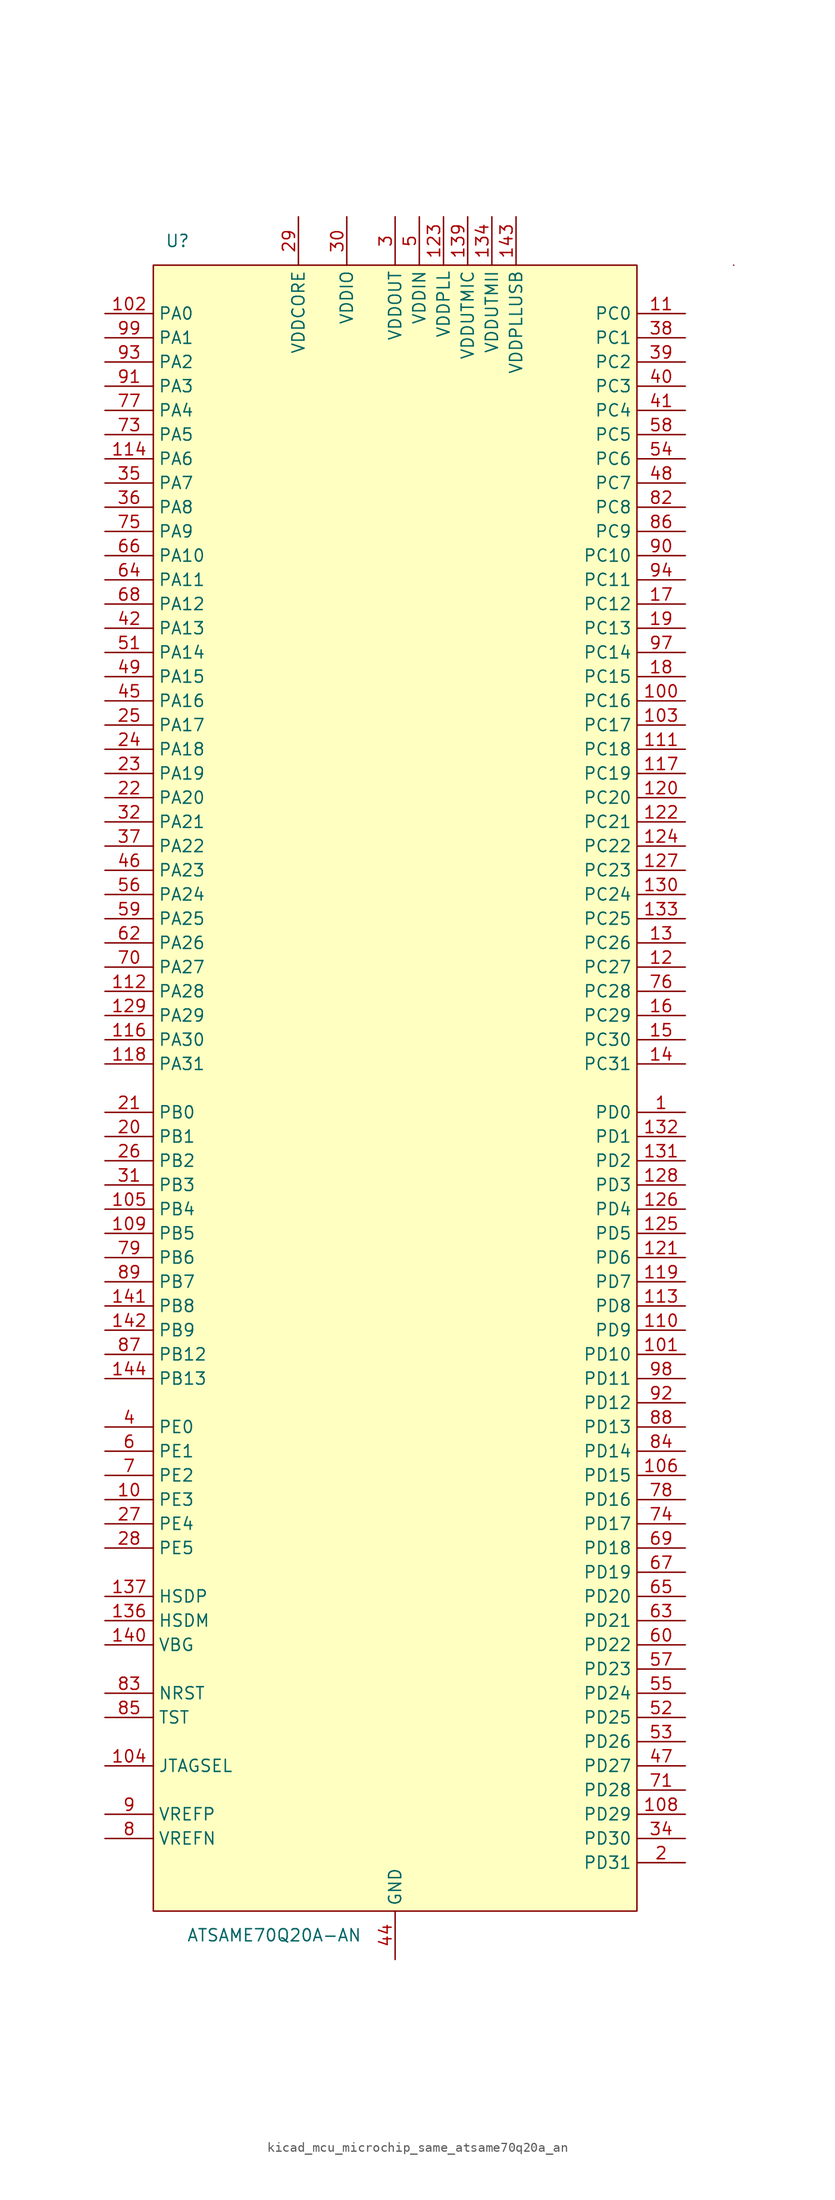
<source format=kicad_sym>
(kicad_symbol_lib
  (version 20220914)
  (generator kicad_symbol_editor)
  (symbol "kicad_mcu_microchip_same_atsame70q20a_an"
    (property "Reference" "U"
      (at -22.86 88.9 0)
      (effects (font (size 1.27 1.27))))
    (property "Value" "ATSAME70Q20A-AN"
      (at -12.7 -88.9 0)
      (effects (font (size 1.27 1.27))))
    (symbol "kicad_mcu_microchip_same_atsame70q20a_an_0_1"
      (rectangle (start 25.4 86.36) (end -25.4 -86.36) (stroke (width 0) (type default)) (fill (type background)))
      (rectangle (start 35.56 86.36) (end 35.56 86.36) (stroke (width 0) (type default)) (fill (type none))))
    (symbol "kicad_mcu_microchip_same_atsame70q20a_an_1_1"
      (pin bidirectional line (at 30.48 -2.54 180) (length 5.08) (name "PD0" (effects (font (size 1.27 1.27)))) (number "1" (effects (font (size 1.27 1.27)))))
      (pin bidirectional line (at -30.48 -43.18 0) (length 5.08) (name "PE3" (effects (font (size 1.27 1.27)))) (number "10" (effects (font (size 1.27 1.27)))))
      (pin bidirectional line (at 30.48 40.64 180) (length 5.08) (name "PC16" (effects (font (size 1.27 1.27)))) (number "100" (effects (font (size 1.27 1.27)))))
      (pin bidirectional line (at 30.48 -27.94 180) (length 5.08) (name "PD10" (effects (font (size 1.27 1.27)))) (number "101" (effects (font (size 1.27 1.27)))))
      (pin bidirectional line (at -30.48 81.28 0) (length 5.08) (name "PA0" (effects (font (size 1.27 1.27)))) (number "102" (effects (font (size 1.27 1.27)))))
      (pin bidirectional line (at 30.48 38.1 180) (length 5.08) (name "PC17" (effects (font (size 1.27 1.27)))) (number "103" (effects (font (size 1.27 1.27)))))
      (pin input line (at -30.48 -71.12 0) (length 5.08) (name "JTAGSEL" (effects (font (size 1.27 1.27)))) (number "104" (effects (font (size 1.27 1.27)))))
      (pin bidirectional line (at -30.48 -12.7 0) (length 5.08) (name "PB4" (effects (font (size 1.27 1.27)))) (number "105" (effects (font (size 1.27 1.27)))))
      (pin bidirectional line (at 30.48 -40.64 180) (length 5.08) (name "PD15" (effects (font (size 1.27 1.27)))) (number "106" (effects (font (size 1.27 1.27)))))
      (pin passive line (at -10.16 91.44 270) (length 5.08) hide (name "VDDCORE" (effects (font (size 1.27 1.27)))) (number "107" (effects (font (size 1.27 1.27)))))
      (pin bidirectional line (at 30.48 -76.2 180) (length 5.08) (name "PD29" (effects (font (size 1.27 1.27)))) (number "108" (effects (font (size 1.27 1.27)))))
      (pin bidirectional line (at -30.48 -15.24 0) (length 5.08) (name "PB5" (effects (font (size 1.27 1.27)))) (number "109" (effects (font (size 1.27 1.27)))))
      (pin bidirectional line (at 30.48 81.28 180) (length 5.08) (name "PC0" (effects (font (size 1.27 1.27)))) (number "11" (effects (font (size 1.27 1.27)))))
      (pin bidirectional line (at 30.48 -25.4 180) (length 5.08) (name "PD9" (effects (font (size 1.27 1.27)))) (number "110" (effects (font (size 1.27 1.27)))))
      (pin bidirectional line (at 30.48 35.56 180) (length 5.08) (name "PC18" (effects (font (size 1.27 1.27)))) (number "111" (effects (font (size 1.27 1.27)))))
      (pin bidirectional line (at -30.48 10.16 0) (length 5.08) (name "PA28" (effects (font (size 1.27 1.27)))) (number "112" (effects (font (size 1.27 1.27)))))
      (pin bidirectional line (at 30.48 -22.86 180) (length 5.08) (name "PD8" (effects (font (size 1.27 1.27)))) (number "113" (effects (font (size 1.27 1.27)))))
      (pin bidirectional line (at -30.48 66.04 0) (length 5.08) (name "PA6" (effects (font (size 1.27 1.27)))) (number "114" (effects (font (size 1.27 1.27)))))
      (pin passive line (at 0 -91.44 90) (length 5.08) hide (name "GND" (effects (font (size 1.27 1.27)))) (number "115" (effects (font (size 1.27 1.27)))))
      (pin bidirectional line (at -30.48 5.08 0) (length 5.08) (name "PA30" (effects (font (size 1.27 1.27)))) (number "116" (effects (font (size 1.27 1.27)))))
      (pin bidirectional line (at 30.48 33.02 180) (length 5.08) (name "PC19" (effects (font (size 1.27 1.27)))) (number "117" (effects (font (size 1.27 1.27)))))
      (pin bidirectional line (at -30.48 2.54 0) (length 5.08) (name "PA31" (effects (font (size 1.27 1.27)))) (number "118" (effects (font (size 1.27 1.27)))))
      (pin bidirectional line (at 30.48 -20.32 180) (length 5.08) (name "PD7" (effects (font (size 1.27 1.27)))) (number "119" (effects (font (size 1.27 1.27)))))
      (pin bidirectional line (at 30.48 12.7 180) (length 5.08) (name "PC27" (effects (font (size 1.27 1.27)))) (number "12" (effects (font (size 1.27 1.27)))))
      (pin bidirectional line (at 30.48 30.48 180) (length 5.08) (name "PC20" (effects (font (size 1.27 1.27)))) (number "120" (effects (font (size 1.27 1.27)))))
      (pin bidirectional line (at 30.48 -17.78 180) (length 5.08) (name "PD6" (effects (font (size 1.27 1.27)))) (number "121" (effects (font (size 1.27 1.27)))))
      (pin bidirectional line (at 30.48 27.94 180) (length 5.08) (name "PC21" (effects (font (size 1.27 1.27)))) (number "122" (effects (font (size 1.27 1.27)))))
      (pin power_in line (at 5.08 91.44 270) (length 5.08) (name "VDDPLL" (effects (font (size 1.27 1.27)))) (number "123" (effects (font (size 1.27 1.27)))))
      (pin bidirectional line (at 30.48 25.4 180) (length 5.08) (name "PC22" (effects (font (size 1.27 1.27)))) (number "124" (effects (font (size 1.27 1.27)))))
      (pin bidirectional line (at 30.48 -15.24 180) (length 5.08) (name "PD5" (effects (font (size 1.27 1.27)))) (number "125" (effects (font (size 1.27 1.27)))))
      (pin bidirectional line (at 30.48 -12.7 180) (length 5.08) (name "PD4" (effects (font (size 1.27 1.27)))) (number "126" (effects (font (size 1.27 1.27)))))
      (pin bidirectional line (at 30.48 22.86 180) (length 5.08) (name "PC23" (effects (font (size 1.27 1.27)))) (number "127" (effects (font (size 1.27 1.27)))))
      (pin bidirectional line (at 30.48 -10.16 180) (length 5.08) (name "PD3" (effects (font (size 1.27 1.27)))) (number "128" (effects (font (size 1.27 1.27)))))
      (pin bidirectional line (at -30.48 7.62 0) (length 5.08) (name "PA29" (effects (font (size 1.27 1.27)))) (number "129" (effects (font (size 1.27 1.27)))))
      (pin bidirectional line (at 30.48 15.24 180) (length 5.08) (name "PC26" (effects (font (size 1.27 1.27)))) (number "13" (effects (font (size 1.27 1.27)))))
      (pin bidirectional line (at 30.48 20.32 180) (length 5.08) (name "PC24" (effects (font (size 1.27 1.27)))) (number "130" (effects (font (size 1.27 1.27)))))
      (pin bidirectional line (at 30.48 -7.62 180) (length 5.08) (name "PD2" (effects (font (size 1.27 1.27)))) (number "131" (effects (font (size 1.27 1.27)))))
      (pin bidirectional line (at 30.48 -5.08 180) (length 5.08) (name "PD1" (effects (font (size 1.27 1.27)))) (number "132" (effects (font (size 1.27 1.27)))))
      (pin bidirectional line (at 30.48 17.78 180) (length 5.08) (name "PC25" (effects (font (size 1.27 1.27)))) (number "133" (effects (font (size 1.27 1.27)))))
      (pin power_in line (at 10.16 91.44 270) (length 5.08) (name "VDDUTMII" (effects (font (size 1.27 1.27)))) (number "134" (effects (font (size 1.27 1.27)))))
      (pin passive line (at 0 -91.44 90) (length 5.08) hide (name "GND" (effects (font (size 1.27 1.27)))) (number "135" (effects (font (size 1.27 1.27)))))
      (pin bidirectional line (at -30.48 -55.88 0) (length 5.08) (name "HSDM" (effects (font (size 1.27 1.27)))) (number "136" (effects (font (size 1.27 1.27)))))
      (pin bidirectional line (at -30.48 -53.34 0) (length 5.08) (name "HSDP" (effects (font (size 1.27 1.27)))) (number "137" (effects (font (size 1.27 1.27)))))
      (pin passive line (at 0 -91.44 90) (length 5.08) hide (name "GND" (effects (font (size 1.27 1.27)))) (number "138" (effects (font (size 1.27 1.27)))))
      (pin power_in line (at 7.62 91.44 270) (length 5.08) (name "VDDUTMIC" (effects (font (size 1.27 1.27)))) (number "139" (effects (font (size 1.27 1.27)))))
      (pin bidirectional line (at 30.48 2.54 180) (length 5.08) (name "PC31" (effects (font (size 1.27 1.27)))) (number "14" (effects (font (size 1.27 1.27)))))
      (pin input line (at -30.48 -58.42 0) (length 5.08) (name "VBG" (effects (font (size 1.27 1.27)))) (number "140" (effects (font (size 1.27 1.27)))))
      (pin bidirectional line (at -30.48 -22.86 0) (length 5.08) (name "PB8" (effects (font (size 1.27 1.27)))) (number "141" (effects (font (size 1.27 1.27)))))
      (pin bidirectional line (at -30.48 -25.4 0) (length 5.08) (name "PB9" (effects (font (size 1.27 1.27)))) (number "142" (effects (font (size 1.27 1.27)))))
      (pin power_in line (at 12.7 91.44 270) (length 5.08) (name "VDDPLLUSB" (effects (font (size 1.27 1.27)))) (number "143" (effects (font (size 1.27 1.27)))))
      (pin bidirectional line (at -30.48 -30.48 0) (length 5.08) (name "PB13" (effects (font (size 1.27 1.27)))) (number "144" (effects (font (size 1.27 1.27)))))
      (pin bidirectional line (at 30.48 5.08 180) (length 5.08) (name "PC30" (effects (font (size 1.27 1.27)))) (number "15" (effects (font (size 1.27 1.27)))))
      (pin bidirectional line (at 30.48 7.62 180) (length 5.08) (name "PC29" (effects (font (size 1.27 1.27)))) (number "16" (effects (font (size 1.27 1.27)))))
      (pin bidirectional line (at 30.48 50.8 180) (length 5.08) (name "PC12" (effects (font (size 1.27 1.27)))) (number "17" (effects (font (size 1.27 1.27)))))
      (pin bidirectional line (at 30.48 43.18 180) (length 5.08) (name "PC15" (effects (font (size 1.27 1.27)))) (number "18" (effects (font (size 1.27 1.27)))))
      (pin bidirectional line (at 30.48 48.26 180) (length 5.08) (name "PC13" (effects (font (size 1.27 1.27)))) (number "19" (effects (font (size 1.27 1.27)))))
      (pin bidirectional line (at 30.48 -81.28 180) (length 5.08) (name "PD31" (effects (font (size 1.27 1.27)))) (number "2" (effects (font (size 1.27 1.27)))))
      (pin bidirectional line (at -30.48 -5.08 0) (length 5.08) (name "PB1" (effects (font (size 1.27 1.27)))) (number "20" (effects (font (size 1.27 1.27)))))
      (pin bidirectional line (at -30.48 -2.54 0) (length 5.08) (name "PB0" (effects (font (size 1.27 1.27)))) (number "21" (effects (font (size 1.27 1.27)))))
      (pin bidirectional line (at -30.48 30.48 0) (length 5.08) (name "PA20" (effects (font (size 1.27 1.27)))) (number "22" (effects (font (size 1.27 1.27)))))
      (pin bidirectional line (at -30.48 33.02 0) (length 5.08) (name "PA19" (effects (font (size 1.27 1.27)))) (number "23" (effects (font (size 1.27 1.27)))))
      (pin bidirectional line (at -30.48 35.56 0) (length 5.08) (name "PA18" (effects (font (size 1.27 1.27)))) (number "24" (effects (font (size 1.27 1.27)))))
      (pin bidirectional line (at -30.48 38.1 0) (length 5.08) (name "PA17" (effects (font (size 1.27 1.27)))) (number "25" (effects (font (size 1.27 1.27)))))
      (pin bidirectional line (at -30.48 -7.62 0) (length 5.08) (name "PB2" (effects (font (size 1.27 1.27)))) (number "26" (effects (font (size 1.27 1.27)))))
      (pin bidirectional line (at -30.48 -45.72 0) (length 5.08) (name "PE4" (effects (font (size 1.27 1.27)))) (number "27" (effects (font (size 1.27 1.27)))))
      (pin bidirectional line (at -30.48 -48.26 0) (length 5.08) (name "PE5" (effects (font (size 1.27 1.27)))) (number "28" (effects (font (size 1.27 1.27)))))
      (pin power_in line (at -10.16 91.44 270) (length 5.08) (name "VDDCORE" (effects (font (size 1.27 1.27)))) (number "29" (effects (font (size 1.27 1.27)))))
      (pin power_in line (at 0 91.44 270) (length 5.08) (name "VDDOUT" (effects (font (size 1.27 1.27)))) (number "3" (effects (font (size 1.27 1.27)))))
      (pin power_in line (at -5.08 91.44 270) (length 5.08) (name "VDDIO" (effects (font (size 1.27 1.27)))) (number "30" (effects (font (size 1.27 1.27)))))
      (pin bidirectional line (at -30.48 -10.16 0) (length 5.08) (name "PB3" (effects (font (size 1.27 1.27)))) (number "31" (effects (font (size 1.27 1.27)))))
      (pin bidirectional line (at -30.48 27.94 0) (length 5.08) (name "PA21" (effects (font (size 1.27 1.27)))) (number "32" (effects (font (size 1.27 1.27)))))
      (pin passive line (at -10.16 91.44 270) (length 5.08) hide (name "VDDCORE" (effects (font (size 1.27 1.27)))) (number "33" (effects (font (size 1.27 1.27)))))
      (pin bidirectional line (at 30.48 -78.74 180) (length 5.08) (name "PD30" (effects (font (size 1.27 1.27)))) (number "34" (effects (font (size 1.27 1.27)))))
      (pin bidirectional line (at -30.48 63.5 0) (length 5.08) (name "PA7" (effects (font (size 1.27 1.27)))) (number "35" (effects (font (size 1.27 1.27)))))
      (pin bidirectional line (at -30.48 60.96 0) (length 5.08) (name "PA8" (effects (font (size 1.27 1.27)))) (number "36" (effects (font (size 1.27 1.27)))))
      (pin bidirectional line (at -30.48 25.4 0) (length 5.08) (name "PA22" (effects (font (size 1.27 1.27)))) (number "37" (effects (font (size 1.27 1.27)))))
      (pin bidirectional line (at 30.48 78.74 180) (length 5.08) (name "PC1" (effects (font (size 1.27 1.27)))) (number "38" (effects (font (size 1.27 1.27)))))
      (pin bidirectional line (at 30.48 76.2 180) (length 5.08) (name "PC2" (effects (font (size 1.27 1.27)))) (number "39" (effects (font (size 1.27 1.27)))))
      (pin bidirectional line (at -30.48 -35.56 0) (length 5.08) (name "PE0" (effects (font (size 1.27 1.27)))) (number "4" (effects (font (size 1.27 1.27)))))
      (pin bidirectional line (at 30.48 73.66 180) (length 5.08) (name "PC3" (effects (font (size 1.27 1.27)))) (number "40" (effects (font (size 1.27 1.27)))))
      (pin bidirectional line (at 30.48 71.12 180) (length 5.08) (name "PC4" (effects (font (size 1.27 1.27)))) (number "41" (effects (font (size 1.27 1.27)))))
      (pin bidirectional line (at -30.48 48.26 0) (length 5.08) (name "PA13" (effects (font (size 1.27 1.27)))) (number "42" (effects (font (size 1.27 1.27)))))
      (pin passive line (at -5.08 91.44 270) (length 5.08) hide (name "VDDIO" (effects (font (size 1.27 1.27)))) (number "43" (effects (font (size 1.27 1.27)))))
      (pin power_in line (at 0 -91.44 90) (length 5.08) (name "GND" (effects (font (size 1.27 1.27)))) (number "44" (effects (font (size 1.27 1.27)))))
      (pin bidirectional line (at -30.48 40.64 0) (length 5.08) (name "PA16" (effects (font (size 1.27 1.27)))) (number "45" (effects (font (size 1.27 1.27)))))
      (pin bidirectional line (at -30.48 22.86 0) (length 5.08) (name "PA23" (effects (font (size 1.27 1.27)))) (number "46" (effects (font (size 1.27 1.27)))))
      (pin bidirectional line (at 30.48 -71.12 180) (length 5.08) (name "PD27" (effects (font (size 1.27 1.27)))) (number "47" (effects (font (size 1.27 1.27)))))
      (pin bidirectional line (at 30.48 63.5 180) (length 5.08) (name "PC7" (effects (font (size 1.27 1.27)))) (number "48" (effects (font (size 1.27 1.27)))))
      (pin bidirectional line (at -30.48 43.18 0) (length 5.08) (name "PA15" (effects (font (size 1.27 1.27)))) (number "49" (effects (font (size 1.27 1.27)))))
      (pin power_in line (at 2.54 91.44 270) (length 5.08) (name "VDDIN" (effects (font (size 1.27 1.27)))) (number "5" (effects (font (size 1.27 1.27)))))
      (pin passive line (at -10.16 91.44 270) (length 5.08) hide (name "VDDCORE" (effects (font (size 1.27 1.27)))) (number "50" (effects (font (size 1.27 1.27)))))
      (pin bidirectional line (at -30.48 45.72 0) (length 5.08) (name "PA14" (effects (font (size 1.27 1.27)))) (number "51" (effects (font (size 1.27 1.27)))))
      (pin bidirectional line (at 30.48 -66.04 180) (length 5.08) (name "PD25" (effects (font (size 1.27 1.27)))) (number "52" (effects (font (size 1.27 1.27)))))
      (pin bidirectional line (at 30.48 -68.58 180) (length 5.08) (name "PD26" (effects (font (size 1.27 1.27)))) (number "53" (effects (font (size 1.27 1.27)))))
      (pin bidirectional line (at 30.48 66.04 180) (length 5.08) (name "PC6" (effects (font (size 1.27 1.27)))) (number "54" (effects (font (size 1.27 1.27)))))
      (pin bidirectional line (at 30.48 -63.5 180) (length 5.08) (name "PD24" (effects (font (size 1.27 1.27)))) (number "55" (effects (font (size 1.27 1.27)))))
      (pin bidirectional line (at -30.48 20.32 0) (length 5.08) (name "PA24" (effects (font (size 1.27 1.27)))) (number "56" (effects (font (size 1.27 1.27)))))
      (pin bidirectional line (at 30.48 -60.96 180) (length 5.08) (name "PD23" (effects (font (size 1.27 1.27)))) (number "57" (effects (font (size 1.27 1.27)))))
      (pin bidirectional line (at 30.48 68.58 180) (length 5.08) (name "PC5" (effects (font (size 1.27 1.27)))) (number "58" (effects (font (size 1.27 1.27)))))
      (pin bidirectional line (at -30.48 17.78 0) (length 5.08) (name "PA25" (effects (font (size 1.27 1.27)))) (number "59" (effects (font (size 1.27 1.27)))))
      (pin bidirectional line (at -30.48 -38.1 0) (length 5.08) (name "PE1" (effects (font (size 1.27 1.27)))) (number "6" (effects (font (size 1.27 1.27)))))
      (pin bidirectional line (at 30.48 -58.42 180) (length 5.08) (name "PD22" (effects (font (size 1.27 1.27)))) (number "60" (effects (font (size 1.27 1.27)))))
      (pin passive line (at 0 -91.44 90) (length 5.08) hide (name "GND" (effects (font (size 1.27 1.27)))) (number "61" (effects (font (size 1.27 1.27)))))
      (pin bidirectional line (at -30.48 15.24 0) (length 5.08) (name "PA26" (effects (font (size 1.27 1.27)))) (number "62" (effects (font (size 1.27 1.27)))))
      (pin bidirectional line (at 30.48 -55.88 180) (length 5.08) (name "PD21" (effects (font (size 1.27 1.27)))) (number "63" (effects (font (size 1.27 1.27)))))
      (pin bidirectional line (at -30.48 53.34 0) (length 5.08) (name "PA11" (effects (font (size 1.27 1.27)))) (number "64" (effects (font (size 1.27 1.27)))))
      (pin bidirectional line (at 30.48 -53.34 180) (length 5.08) (name "PD20" (effects (font (size 1.27 1.27)))) (number "65" (effects (font (size 1.27 1.27)))))
      (pin bidirectional line (at -30.48 55.88 0) (length 5.08) (name "PA10" (effects (font (size 1.27 1.27)))) (number "66" (effects (font (size 1.27 1.27)))))
      (pin bidirectional line (at 30.48 -50.8 180) (length 5.08) (name "PD19" (effects (font (size 1.27 1.27)))) (number "67" (effects (font (size 1.27 1.27)))))
      (pin bidirectional line (at -30.48 50.8 0) (length 5.08) (name "PA12" (effects (font (size 1.27 1.27)))) (number "68" (effects (font (size 1.27 1.27)))))
      (pin bidirectional line (at 30.48 -48.26 180) (length 5.08) (name "PD18" (effects (font (size 1.27 1.27)))) (number "69" (effects (font (size 1.27 1.27)))))
      (pin bidirectional line (at -30.48 -40.64 0) (length 5.08) (name "PE2" (effects (font (size 1.27 1.27)))) (number "7" (effects (font (size 1.27 1.27)))))
      (pin bidirectional line (at -30.48 12.7 0) (length 5.08) (name "PA27" (effects (font (size 1.27 1.27)))) (number "70" (effects (font (size 1.27 1.27)))))
      (pin bidirectional line (at 30.48 -73.66 180) (length 5.08) (name "PD28" (effects (font (size 1.27 1.27)))) (number "71" (effects (font (size 1.27 1.27)))))
      (pin passive line (at -5.08 91.44 270) (length 5.08) hide (name "VDDIO" (effects (font (size 1.27 1.27)))) (number "72" (effects (font (size 1.27 1.27)))))
      (pin bidirectional line (at -30.48 68.58 0) (length 5.08) (name "PA5" (effects (font (size 1.27 1.27)))) (number "73" (effects (font (size 1.27 1.27)))))
      (pin bidirectional line (at 30.48 -45.72 180) (length 5.08) (name "PD17" (effects (font (size 1.27 1.27)))) (number "74" (effects (font (size 1.27 1.27)))))
      (pin bidirectional line (at -30.48 58.42 0) (length 5.08) (name "PA9" (effects (font (size 1.27 1.27)))) (number "75" (effects (font (size 1.27 1.27)))))
      (pin bidirectional line (at 30.48 10.16 180) (length 5.08) (name "PC28" (effects (font (size 1.27 1.27)))) (number "76" (effects (font (size 1.27 1.27)))))
      (pin bidirectional line (at -30.48 71.12 0) (length 5.08) (name "PA4" (effects (font (size 1.27 1.27)))) (number "77" (effects (font (size 1.27 1.27)))))
      (pin bidirectional line (at 30.48 -43.18 180) (length 5.08) (name "PD16" (effects (font (size 1.27 1.27)))) (number "78" (effects (font (size 1.27 1.27)))))
      (pin bidirectional line (at -30.48 -17.78 0) (length 5.08) (name "PB6" (effects (font (size 1.27 1.27)))) (number "79" (effects (font (size 1.27 1.27)))))
      (pin bidirectional line (at -30.48 -78.74 0) (length 5.08) (name "VREFN" (effects (font (size 1.27 1.27)))) (number "8" (effects (font (size 1.27 1.27)))))
      (pin passive line (at -5.08 91.44 270) (length 5.08) hide (name "VDDIO" (effects (font (size 1.27 1.27)))) (number "80" (effects (font (size 1.27 1.27)))))
      (pin passive line (at -10.16 91.44 270) (length 5.08) hide (name "VDDCORE" (effects (font (size 1.27 1.27)))) (number "81" (effects (font (size 1.27 1.27)))))
      (pin bidirectional line (at 30.48 60.96 180) (length 5.08) (name "PC8" (effects (font (size 1.27 1.27)))) (number "82" (effects (font (size 1.27 1.27)))))
      (pin bidirectional line (at -30.48 -63.5 0) (length 5.08) (name "NRST" (effects (font (size 1.27 1.27)))) (number "83" (effects (font (size 1.27 1.27)))))
      (pin bidirectional line (at 30.48 -38.1 180) (length 5.08) (name "PD14" (effects (font (size 1.27 1.27)))) (number "84" (effects (font (size 1.27 1.27)))))
      (pin input line (at -30.48 -66.04 0) (length 5.08) (name "TST" (effects (font (size 1.27 1.27)))) (number "85" (effects (font (size 1.27 1.27)))))
      (pin bidirectional line (at 30.48 58.42 180) (length 5.08) (name "PC9" (effects (font (size 1.27 1.27)))) (number "86" (effects (font (size 1.27 1.27)))))
      (pin bidirectional line (at -30.48 -27.94 0) (length 5.08) (name "PB12" (effects (font (size 1.27 1.27)))) (number "87" (effects (font (size 1.27 1.27)))))
      (pin bidirectional line (at 30.48 -35.56 180) (length 5.08) (name "PD13" (effects (font (size 1.27 1.27)))) (number "88" (effects (font (size 1.27 1.27)))))
      (pin bidirectional line (at -30.48 -20.32 0) (length 5.08) (name "PB7" (effects (font (size 1.27 1.27)))) (number "89" (effects (font (size 1.27 1.27)))))
      (pin input line (at -30.48 -76.2 0) (length 5.08) (name "VREFP" (effects (font (size 1.27 1.27)))) (number "9" (effects (font (size 1.27 1.27)))))
      (pin bidirectional line (at 30.48 55.88 180) (length 5.08) (name "PC10" (effects (font (size 1.27 1.27)))) (number "90" (effects (font (size 1.27 1.27)))))
      (pin bidirectional line (at -30.48 73.66 0) (length 5.08) (name "PA3" (effects (font (size 1.27 1.27)))) (number "91" (effects (font (size 1.27 1.27)))))
      (pin bidirectional line (at 30.48 -33.02 180) (length 5.08) (name "PD12" (effects (font (size 1.27 1.27)))) (number "92" (effects (font (size 1.27 1.27)))))
      (pin bidirectional line (at -30.48 76.2 0) (length 5.08) (name "PA2" (effects (font (size 1.27 1.27)))) (number "93" (effects (font (size 1.27 1.27)))))
      (pin bidirectional line (at 30.48 53.34 180) (length 5.08) (name "PC11" (effects (font (size 1.27 1.27)))) (number "94" (effects (font (size 1.27 1.27)))))
      (pin passive line (at 0 -91.44 90) (length 5.08) hide (name "GND" (effects (font (size 1.27 1.27)))) (number "95" (effects (font (size 1.27 1.27)))))
      (pin passive line (at -5.08 91.44 270) (length 5.08) hide (name "VDDIO" (effects (font (size 1.27 1.27)))) (number "96" (effects (font (size 1.27 1.27)))))
      (pin bidirectional line (at 30.48 45.72 180) (length 5.08) (name "PC14" (effects (font (size 1.27 1.27)))) (number "97" (effects (font (size 1.27 1.27)))))
      (pin bidirectional line (at 30.48 -30.48 180) (length 5.08) (name "PD11" (effects (font (size 1.27 1.27)))) (number "98" (effects (font (size 1.27 1.27)))))
      (pin bidirectional line (at -30.48 78.74 0) (length 5.08) (name "PA1" (effects (font (size 1.27 1.27)))) (number "99" (effects (font (size 1.27 1.27))))))))
</source>
